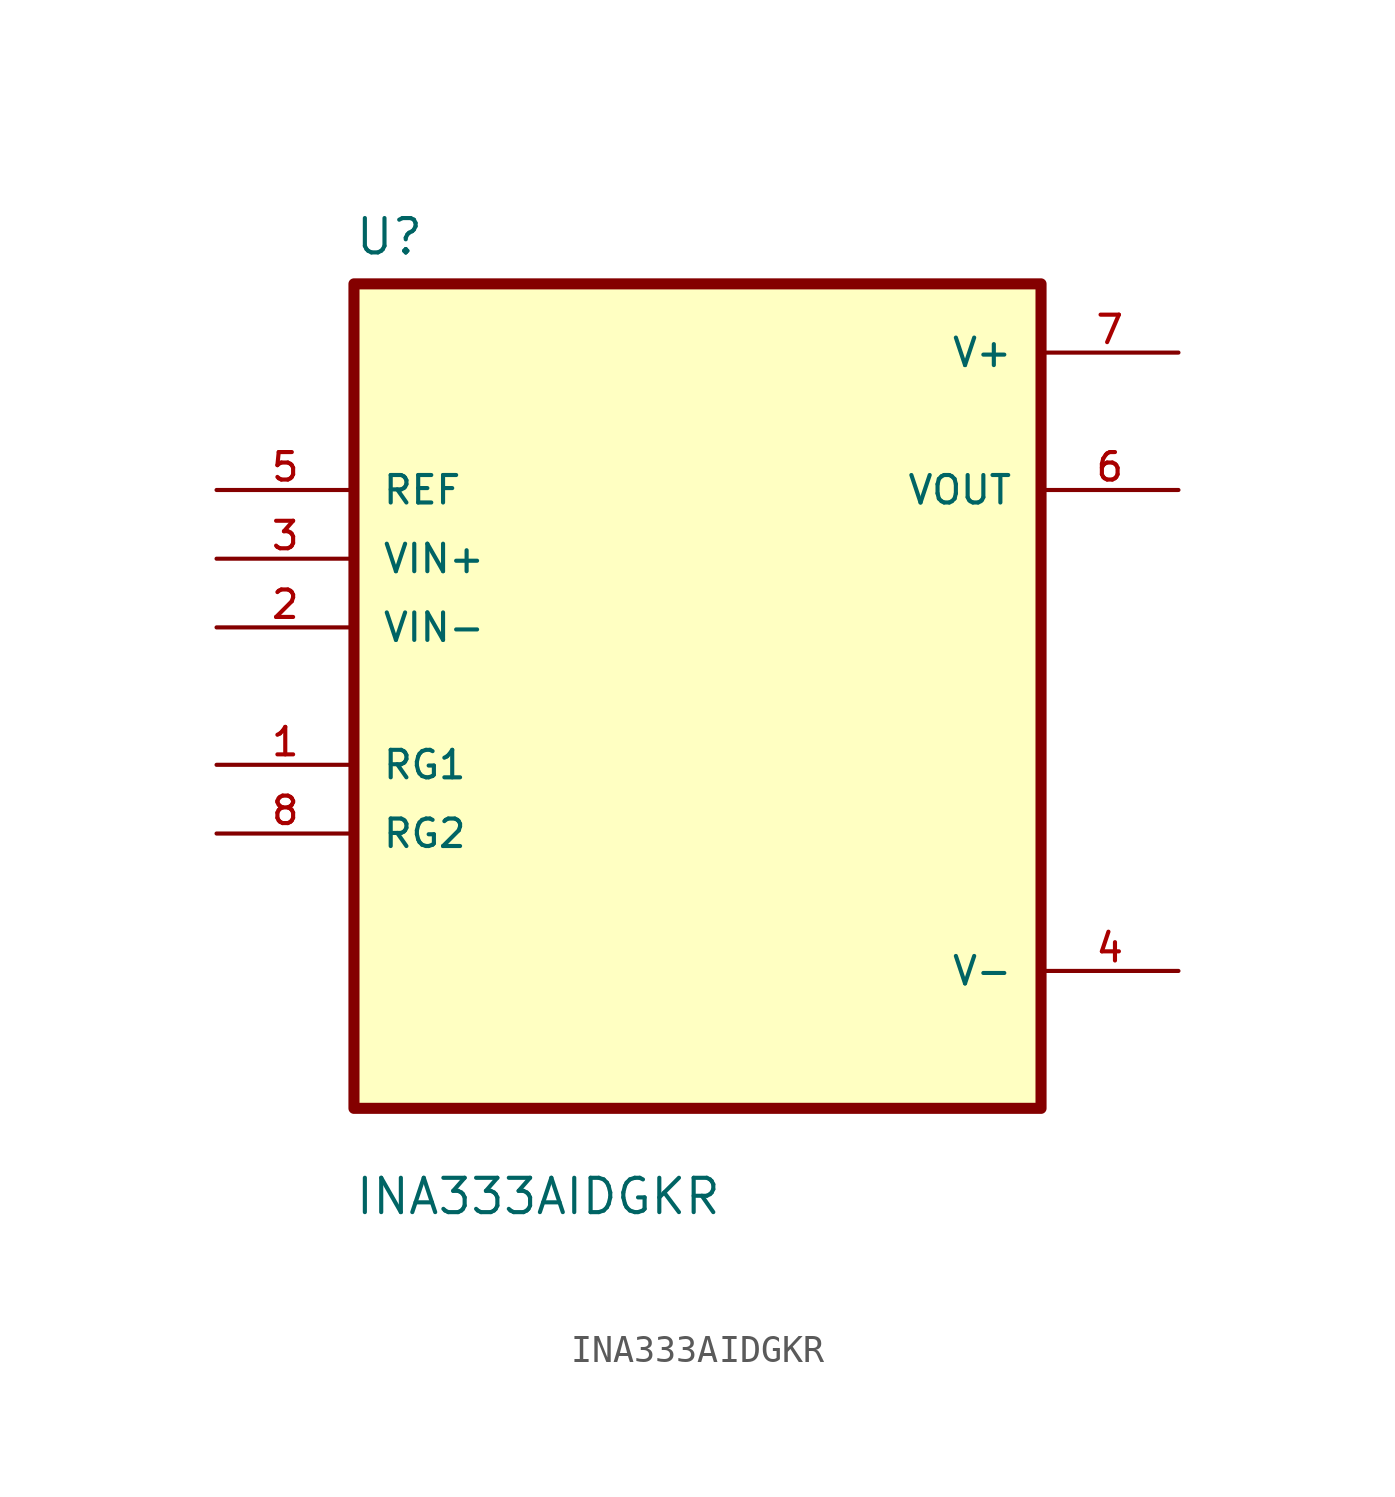
<source format=kicad_sym>
(kicad_symbol_lib
  (version 20231120)
  (generator "kicad_symbol_editor")
  (generator_version "8.0")
  (symbol "INA333AIDGKR"
    (pin_names
      (offset 1.016))
    (property "Reference" "U"
      (at -12.7 16.24 0)
      (effects (font (size 1.27 1.27)) (justify left bottom)))
    (property "Value" "INA333AIDGKR"
      (at -12.7 -19.24 0)
      (effects (font (size 1.27 1.27)) (justify left bottom)))
    (symbol "INA333AIDGKR_0_0"
      (rectangle (start -12.7 -15.24) (end 12.7 15.24) (stroke (width 0.41) (type default)) (fill (type background)))
      (pin bidirectional line (at -17.78 -2.54 0) (length 5.08) (name "RG1" (effects (font (size 1.016 1.016)))) (number "1" (effects (font (size 1.016 1.016)))))
      (pin input line (at -17.78 2.54 0) (length 5.08) (name "VIN-" (effects (font (size 1.016 1.016)))) (number "2" (effects (font (size 1.016 1.016)))))
      (pin input line (at -17.78 5.08 0) (length 5.08) (name "VIN+" (effects (font (size 1.016 1.016)))) (number "3" (effects (font (size 1.016 1.016)))))
      (pin power_in line (at 17.78 -10.16 180) (length 5.08) (name "V-" (effects (font (size 1.016 1.016)))) (number "4" (effects (font (size 1.016 1.016)))))
      (pin input line (at -17.78 7.62 0) (length 5.08) (name "REF" (effects (font (size 1.016 1.016)))) (number "5" (effects (font (size 1.016 1.016)))))
      (pin output line (at 17.78 7.62 180) (length 5.08) (name "VOUT" (effects (font (size 1.016 1.016)))) (number "6" (effects (font (size 1.016 1.016)))))
      (pin power_in line (at 17.78 12.7 180) (length 5.08) (name "V+" (effects (font (size 1.016 1.016)))) (number "7" (effects (font (size 1.016 1.016)))))
      (pin bidirectional line (at -17.78 -5.08 0) (length 5.08) (name "RG2" (effects (font (size 1.016 1.016)))) (number "8" (effects (font (size 1.016 1.016))))))))
</source>
